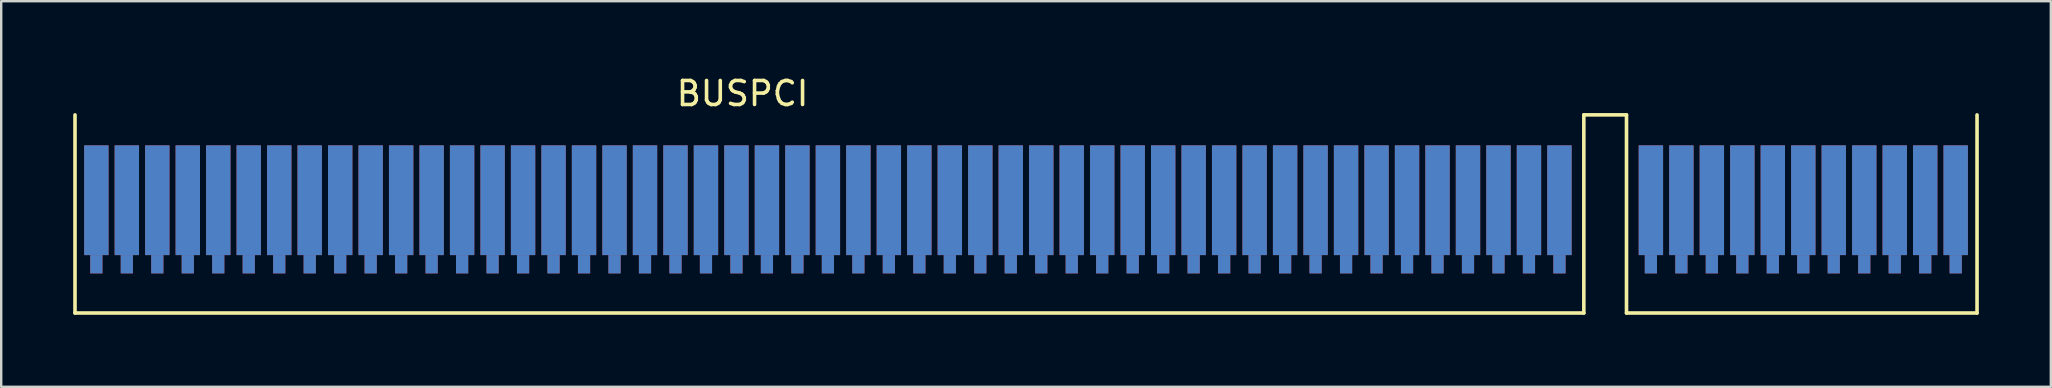
<source format=kicad_pcb>
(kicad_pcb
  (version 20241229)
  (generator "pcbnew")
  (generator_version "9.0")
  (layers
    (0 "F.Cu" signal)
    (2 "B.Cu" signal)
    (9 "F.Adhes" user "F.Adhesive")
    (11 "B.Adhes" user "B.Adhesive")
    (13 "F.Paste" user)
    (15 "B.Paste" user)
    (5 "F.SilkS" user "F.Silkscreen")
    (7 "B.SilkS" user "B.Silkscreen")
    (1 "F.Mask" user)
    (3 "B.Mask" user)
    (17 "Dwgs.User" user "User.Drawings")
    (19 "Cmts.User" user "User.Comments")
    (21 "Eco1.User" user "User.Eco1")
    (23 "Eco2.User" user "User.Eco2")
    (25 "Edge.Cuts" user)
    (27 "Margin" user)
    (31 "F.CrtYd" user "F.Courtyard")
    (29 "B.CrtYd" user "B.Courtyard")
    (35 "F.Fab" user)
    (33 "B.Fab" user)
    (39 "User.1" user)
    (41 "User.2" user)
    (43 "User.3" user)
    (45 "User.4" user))
  (footprint "BUSPCI"
    (layer "F.Cu")
    (at 63.829 5.547)
    (property "Reference" "BUSPCI" (at -35.941 -4.699 0) (layer "F.SilkS") (effects (font (size 1 1) (thickness 0.15))))
    (attr through_hole)
    (fp_line (start -63.754 -3.81) (end -63.754 4.445) (stroke (width 0.15) (type solid)) (layer "F.SilkS"))
    (fp_line (start -63.754 4.445) (end -0.889 4.445) (stroke (width 0.15) (type solid)) (layer "F.SilkS"))
    (fp_line (start -0.889 -3.81) (end 0.889 -3.81) (stroke (width 0.15) (type solid)) (layer "F.SilkS"))
    (fp_line (start -0.889 4.445) (end -0.889 -3.81) (stroke (width 0.15) (type solid)) (layer "F.SilkS"))
    (fp_line (start 0.889 -3.81) (end 0.889 4.445) (stroke (width 0.15) (type solid)) (layer "F.SilkS"))
    (fp_line (start 0.889 4.445) (end 15.494 4.445) (stroke (width 0.15) (type solid)) (layer "F.SilkS"))
    (fp_line (start 15.494 4.445) (end 15.494 -3.81) (stroke (width 0.15) (type solid)) (layer "F.SilkS"))
    (pad "A1" connect rect (at -62.865 -0.254) (size 1.016 4.572) (layers "B.Cu" "B.Mask"))
    (pad "A1" connect rect (at -62.865 2.413) (size 0.508 0.762) (layers "B.Cu" "B.Mask"))
    (pad "A2" connect rect (at -61.595 -0.254) (size 1.016 4.572) (layers "B.Cu" "B.Mask"))
    (pad "A2" connect rect (at -61.595 2.413) (size 0.508 0.762) (layers "B.Cu" "B.Mask"))
    (pad "A3" connect rect (at -60.325 -0.254) (size 1.016 4.572) (layers "B.Cu" "B.Mask"))
    (pad "A3" connect rect (at -60.325 2.413) (size 0.508 0.762) (layers "B.Cu" "B.Mask"))
    (pad "A4" connect rect (at -59.055 -0.254) (size 1.016 4.572) (layers "B.Cu" "B.Mask"))
    (pad "A4" connect rect (at -59.055 2.413) (size 0.508 0.762) (layers "B.Cu" "B.Mask"))
    (pad "A5" connect rect (at -57.785 -0.254) (size 1.016 4.572) (layers "B.Cu" "B.Mask"))
    (pad "A5" connect rect (at -57.785 2.413) (size 0.508 0.762) (layers "B.Cu" "B.Mask"))
    (pad "A6" connect rect (at -56.515 -0.254) (size 1.016 4.572) (layers "B.Cu" "B.Mask"))
    (pad "A6" connect rect (at -56.515 2.413) (size 0.508 0.762) (layers "B.Cu" "B.Mask"))
    (pad "A7" connect rect (at -55.245 -0.254) (size 1.016 4.572) (layers "B.Cu" "B.Mask"))
    (pad "A7" connect rect (at -55.245 2.413) (size 0.508 0.762) (layers "B.Cu" "B.Mask"))
    (pad "A8" connect rect (at -53.975 -0.254) (size 1.016 4.572) (layers "B.Cu" "B.Mask"))
    (pad "A8" connect rect (at -53.975 2.413) (size 0.508 0.762) (layers "B.Cu" "B.Mask"))
    (pad "A9" connect rect (at -52.705 -0.254) (size 1.016 4.572) (layers "B.Cu" "B.Mask"))
    (pad "A9" connect rect (at -52.705 2.413) (size 0.508 0.762) (layers "B.Cu" "B.Mask"))
    (pad "A10" connect rect (at -51.435 -0.254) (size 1.016 4.572) (layers "B.Cu" "B.Mask"))
    (pad "A10" connect rect (at -51.435 2.413) (size 0.508 0.762) (layers "B.Cu" "B.Mask"))
    (pad "A11" connect rect (at -50.165 -0.254) (size 1.016 4.572) (layers "B.Cu" "B.Mask"))
    (pad "A11" connect rect (at -50.165 2.413) (size 0.508 0.762) (layers "B.Cu" "B.Mask"))
    (pad "A12" connect rect (at -48.895 -0.254) (size 1.016 4.572) (layers "B.Cu" "B.Mask"))
    (pad "A12" connect rect (at -48.895 2.413) (size 0.508 0.762) (layers "B.Cu" "B.Mask"))
    (pad "A13" connect rect (at -47.625 -0.254) (size 1.016 4.572) (layers "B.Cu" "B.Mask"))
    (pad "A13" connect rect (at -47.625 2.413) (size 0.508 0.762) (layers "B.Cu" "B.Mask"))
    (pad "A14" connect rect (at -46.355 -0.254) (size 1.016 4.572) (layers "B.Cu" "B.Mask"))
    (pad "A14" connect rect (at -46.355 2.413) (size 0.508 0.762) (layers "B.Cu" "B.Mask"))
    (pad "A15" connect rect (at -45.085 -0.254) (size 1.016 4.572) (layers "B.Cu" "B.Mask"))
    (pad "A15" connect rect (at -45.085 2.413) (size 0.508 0.762) (layers "B.Cu" "B.Mask"))
    (pad "A16" connect rect (at -43.815 -0.254) (size 1.016 4.572) (layers "B.Cu" "B.Mask"))
    (pad "A16" connect rect (at -43.815 2.413) (size 0.508 0.762) (layers "B.Cu" "B.Mask"))
    (pad "A17" connect rect (at -42.545 -0.254) (size 1.016 4.572) (layers "B.Cu" "B.Mask"))
    (pad "A17" connect rect (at -42.545 2.413) (size 0.508 0.762) (layers "B.Cu" "B.Mask"))
    (pad "A18" connect rect (at -41.275 -0.254) (size 1.016 4.572) (layers "B.Cu" "B.Mask"))
    (pad "A18" connect rect (at -41.275 2.413) (size 0.508 0.762) (layers "B.Cu" "B.Mask"))
    (pad "A19" connect rect (at -40.005 -0.254) (size 1.016 4.572) (layers "B.Cu" "B.Mask"))
    (pad "A19" connect rect (at -40.005 2.413) (size 0.508 0.762) (layers "B.Cu" "B.Mask"))
    (pad "A20" connect rect (at -38.735 -0.254) (size 1.016 4.572) (layers "B.Cu" "B.Mask"))
    (pad "A20" connect rect (at -38.735 2.413) (size 0.508 0.762) (layers "B.Cu" "B.Mask"))
    (pad "A21" connect rect (at -37.465 -0.254) (size 1.016 4.572) (layers "B.Cu" "B.Mask"))
    (pad "A21" connect rect (at -37.465 2.413) (size 0.508 0.762) (layers "B.Cu" "B.Mask"))
    (pad "A22" connect rect (at -36.195 -0.254) (size 1.016 4.572) (layers "B.Cu" "B.Mask"))
    (pad "A22" connect rect (at -36.195 2.413) (size 0.508 0.762) (layers "B.Cu" "B.Mask"))
    (pad "A23" connect rect (at -34.925 -0.254) (size 1.016 4.572) (layers "B.Cu" "B.Mask"))
    (pad "A23" connect rect (at -34.925 2.413) (size 0.508 0.762) (layers "B.Cu" "B.Mask"))
    (pad "A24" connect rect (at -33.655 -0.254) (size 1.016 4.572) (layers "B.Cu" "B.Mask"))
    (pad "A24" connect rect (at -33.655 2.413) (size 0.508 0.762) (layers "B.Cu" "B.Mask"))
    (pad "A25" connect rect (at -32.385 -0.254) (size 1.016 4.572) (layers "B.Cu" "B.Mask"))
    (pad "A25" connect rect (at -32.385 2.413) (size 0.508 0.762) (layers "B.Cu" "B.Mask"))
    (pad "A26" connect rect (at -31.115 -0.254) (size 1.016 4.572) (layers "B.Cu" "B.Mask"))
    (pad "A26" connect rect (at -31.115 2.413) (size 0.508 0.762) (layers "B.Cu" "B.Mask"))
    (pad "A27" connect rect (at -29.845 -0.254) (size 1.016 4.572) (layers "B.Cu" "B.Mask"))
    (pad "A27" connect rect (at -29.845 2.413) (size 0.508 0.762) (layers "B.Cu" "B.Mask"))
    (pad "A28" connect rect (at -28.575 -0.254) (size 1.016 4.572) (layers "B.Cu" "B.Mask"))
    (pad "A28" connect rect (at -28.575 2.413) (size 0.508 0.762) (layers "B.Cu" "B.Mask"))
    (pad "A29" connect rect (at -27.305 -0.254) (size 1.016 4.572) (layers "B.Cu" "B.Mask"))
    (pad "A29" connect rect (at -27.305 2.413) (size 0.508 0.762) (layers "B.Cu" "B.Mask"))
    (pad "A30" connect rect (at -26.035 -0.254) (size 1.016 4.572) (layers "B.Cu" "B.Mask"))
    (pad "A30" connect rect (at -26.035 2.413) (size 0.508 0.762) (layers "B.Cu" "B.Mask"))
    (pad "A31" connect rect (at -24.765 -0.254) (size 1.016 4.572) (layers "B.Cu" "B.Mask"))
    (pad "A31" connect rect (at -24.765 2.413) (size 0.508 0.762) (layers "B.Cu" "B.Mask"))
    (pad "A32" connect rect (at -23.495 -0.254) (size 1.016 4.572) (layers "B.Cu" "B.Mask"))
    (pad "A32" connect rect (at -23.495 2.413) (size 0.508 0.762) (layers "B.Cu" "B.Mask"))
    (pad "A33" connect rect (at -22.225 -0.254) (size 1.016 4.572) (layers "B.Cu" "B.Mask"))
    (pad "A33" connect rect (at -22.225 2.413) (size 0.508 0.762) (layers "B.Cu" "B.Mask"))
    (pad "A34" connect rect (at -20.955 -0.254) (size 1.016 4.572) (layers "B.Cu" "B.Mask"))
    (pad "A34" connect rect (at -20.955 2.413) (size 0.508 0.762) (layers "B.Cu" "B.Mask"))
    (pad "A35" connect rect (at -19.685 -0.254) (size 1.016 4.572) (layers "B.Cu" "B.Mask"))
    (pad "A35" connect rect (at -19.685 2.413) (size 0.508 0.762) (layers "B.Cu" "B.Mask"))
    (pad "A36" connect rect (at -18.415 -0.254) (size 1.016 4.572) (layers "B.Cu" "B.Mask"))
    (pad "A36" connect rect (at -18.415 2.413) (size 0.508 0.762) (layers "B.Cu" "B.Mask"))
    (pad "A37" connect rect (at -17.145 -0.254) (size 1.016 4.572) (layers "B.Cu" "B.Mask"))
    (pad "A37" connect rect (at -17.145 2.413) (size 0.508 0.762) (layers "B.Cu" "B.Mask"))
    (pad "A38" connect rect (at -15.875 -0.254) (size 1.016 4.572) (layers "B.Cu" "B.Mask"))
    (pad "A38" connect rect (at -15.875 2.413) (size 0.508 0.762) (layers "B.Cu" "B.Mask"))
    (pad "A39" connect rect (at -14.605 -0.254) (size 1.016 4.572) (layers "B.Cu" "B.Mask"))
    (pad "A39" connect rect (at -14.605 2.413) (size 0.508 0.762) (layers "B.Cu" "B.Mask"))
    (pad "A40" connect rect (at -13.335 -0.254) (size 1.016 4.572) (layers "B.Cu" "B.Mask"))
    (pad "A40" connect rect (at -13.335 2.413) (size 0.508 0.762) (layers "B.Cu" "B.Mask"))
    (pad "A41" connect rect (at -12.065 -0.254) (size 1.016 4.572) (layers "B.Cu" "B.Mask"))
    (pad "A41" connect rect (at -12.065 2.413) (size 0.508 0.762) (layers "B.Cu" "B.Mask"))
    (pad "A42" connect rect (at -10.795 -0.254) (size 1.016 4.572) (layers "B.Cu" "B.Mask"))
    (pad "A42" connect rect (at -10.795 2.413) (size 0.508 0.762) (layers "B.Cu" "B.Mask"))
    (pad "A43" connect rect (at -9.525 -0.254) (size 1.016 4.572) (layers "B.Cu" "B.Mask"))
    (pad "A43" connect rect (at -9.525 2.413) (size 0.508 0.762) (layers "B.Cu" "B.Mask"))
    (pad "A44" connect rect (at -8.255 -0.254) (size 1.016 4.572) (layers "B.Cu" "B.Mask"))
    (pad "A44" connect rect (at -8.255 2.413) (size 0.508 0.762) (layers "B.Cu" "B.Mask"))
    (pad "A45" connect rect (at -6.985 -0.254) (size 1.016 4.572) (layers "B.Cu" "B.Mask"))
    (pad "A45" connect rect (at -6.985 2.413) (size 0.508 0.762) (layers "B.Cu" "B.Mask"))
    (pad "A46" connect rect (at -5.715 -0.254) (size 1.016 4.572) (layers "B.Cu" "B.Mask"))
    (pad "A46" connect rect (at -5.715 2.413) (size 0.508 0.762) (layers "B.Cu" "B.Mask"))
    (pad "A47" connect rect (at -4.445 -0.254) (size 1.016 4.572) (layers "B.Cu" "B.Mask"))
    (pad "A47" connect rect (at -4.445 2.413) (size 0.508 0.762) (layers "B.Cu" "B.Mask"))
    (pad "A48" connect rect (at -3.175 -0.254) (size 1.016 4.572) (layers "B.Cu" "B.Mask"))
    (pad "A48" connect rect (at -3.175 2.413) (size 0.508 0.762) (layers "B.Cu" "B.Mask"))
    (pad "A49" connect rect (at -1.905 -0.254) (size 1.016 4.572) (layers "B.Cu" "B.Mask"))
    (pad "A49" connect rect (at -1.905 2.413) (size 0.508 0.762) (layers "B.Cu" "B.Mask"))
    (pad "A52" connect rect (at 1.905 -0.254) (size 1.016 4.572) (layers "B.Cu" "B.Mask"))
    (pad "A52" connect rect (at 1.905 2.413) (size 0.508 0.762) (layers "B.Cu" "B.Mask"))
    (pad "A53" connect rect (at 3.175 -0.254) (size 1.016 4.572) (layers "B.Cu" "B.Mask"))
    (pad "A53" connect rect (at 3.175 2.413) (size 0.508 0.762) (layers "B.Cu" "B.Mask"))
    (pad "A54" connect rect (at 4.445 -0.254) (size 1.016 4.572) (layers "B.Cu" "B.Mask"))
    (pad "A54" connect rect (at 4.445 2.413) (size 0.508 0.762) (layers "B.Cu" "B.Mask"))
    (pad "A55" connect rect (at 5.715 -0.254) (size 1.016 4.572) (layers "B.Cu" "B.Mask"))
    (pad "A55" connect rect (at 5.715 2.413) (size 0.508 0.762) (layers "B.Cu" "B.Mask"))
    (pad "A56" connect rect (at 6.985 -0.254) (size 1.016 4.572) (layers "B.Cu" "B.Mask"))
    (pad "A56" connect rect (at 6.985 2.413) (size 0.508 0.762) (layers "B.Cu" "B.Mask"))
    (pad "A57" connect rect (at 8.255 -0.254) (size 1.016 4.572) (layers "B.Cu" "B.Mask"))
    (pad "A57" connect rect (at 8.255 2.413) (size 0.508 0.762) (layers "B.Cu" "B.Mask"))
    (pad "A58" connect rect (at 9.525 -0.254) (size 1.016 4.572) (layers "B.Cu" "B.Mask"))
    (pad "A58" connect rect (at 9.525 2.413) (size 0.508 0.762) (layers "B.Cu" "B.Mask"))
    (pad "A59" connect rect (at 10.795 -0.254) (size 1.016 4.572) (layers "B.Cu" "B.Mask"))
    (pad "A59" connect rect (at 10.795 2.413) (size 0.508 0.762) (layers "B.Cu" "B.Mask"))
    (pad "A60" connect rect (at 12.065 -0.254) (size 1.016 4.572) (layers "B.Cu" "B.Mask"))
    (pad "A60" connect rect (at 12.065 2.413) (size 0.508 0.762) (layers "B.Cu" "B.Mask"))
    (pad "A61" connect rect (at 13.335 -0.254) (size 1.016 4.572) (layers "B.Cu" "B.Mask"))
    (pad "A61" connect rect (at 13.335 2.413) (size 0.508 0.762) (layers "B.Cu" "B.Mask"))
    (pad "A62" connect rect (at 14.605 -0.254) (size 1.016 4.572) (layers "B.Cu" "B.Mask"))
    (pad "A62" connect rect (at 14.605 2.413) (size 0.508 0.762) (layers "B.Cu" "B.Mask"))
    (pad "B1" connect rect (at -62.865 -0.254) (size 1.016 4.572) (layers "F.Cu" "F.Mask"))
    (pad "B1" connect rect (at -62.865 2.413) (size 0.508 0.762) (layers "F.Cu" "F.Mask"))
    (pad "B2" connect rect (at -61.595 -0.254) (size 1.016 4.572) (layers "F.Cu" "F.Mask"))
    (pad "B2" connect rect (at -61.595 2.413) (size 0.508 0.762) (layers "F.Cu" "F.Mask"))
    (pad "B3" connect rect (at -60.325 -0.254) (size 1.016 4.572) (layers "F.Cu" "F.Mask"))
    (pad "B3" connect rect (at -60.325 2.413) (size 0.508 0.762) (layers "F.Cu" "F.Mask"))
    (pad "B4" connect rect (at -59.055 -0.254) (size 1.016 4.572) (layers "F.Cu" "F.Mask"))
    (pad "B4" connect rect (at -59.055 2.413) (size 0.508 0.762) (layers "F.Cu" "F.Mask"))
    (pad "B5" connect rect (at -57.785 -0.254) (size 1.016 4.572) (layers "F.Cu" "F.Mask"))
    (pad "B5" connect rect (at -57.785 2.413) (size 0.508 0.762) (layers "F.Cu" "F.Mask"))
    (pad "B6" connect rect (at -56.515 -0.254) (size 1.016 4.572) (layers "F.Cu" "F.Mask"))
    (pad "B6" connect rect (at -56.515 2.413) (size 0.508 0.762) (layers "F.Cu" "F.Mask"))
    (pad "B7" connect rect (at -55.245 -0.254) (size 1.016 4.572) (layers "F.Cu" "F.Mask"))
    (pad "B7" connect rect (at -55.245 2.413) (size 0.508 0.762) (layers "F.Cu" "F.Mask"))
    (pad "B8" connect rect (at -53.975 -0.254) (size 1.016 4.572) (layers "F.Cu" "F.Mask"))
    (pad "B8" connect rect (at -53.975 2.413) (size 0.508 0.762) (layers "F.Cu" "F.Mask"))
    (pad "B9" connect rect (at -52.705 -0.254) (size 1.016 4.572) (layers "F.Cu" "F.Mask"))
    (pad "B9" connect rect (at -52.705 2.413) (size 0.508 0.762) (layers "F.Cu" "F.Mask"))
    (pad "B10" connect rect (at -51.435 -0.254) (size 1.016 4.572) (layers "F.Cu" "F.Mask"))
    (pad "B10" connect rect (at -51.435 2.413) (size 0.508 0.762) (layers "F.Cu" "F.Mask"))
    (pad "B11" connect rect (at -50.165 -0.254) (size 1.016 4.572) (layers "F.Cu" "F.Mask"))
    (pad "B11" connect rect (at -50.165 2.413) (size 0.508 0.762) (layers "F.Cu" "F.Mask"))
    (pad "B12" connect rect (at -48.895 -0.254) (size 1.016 4.572) (layers "F.Cu" "F.Mask"))
    (pad "B12" connect rect (at -48.895 2.413) (size 0.508 0.762) (layers "F.Cu" "F.Mask"))
    (pad "B13" connect rect (at -47.625 -0.254) (size 1.016 4.572) (layers "F.Cu" "F.Mask"))
    (pad "B13" connect rect (at -47.625 2.413) (size 0.508 0.762) (layers "F.Cu" "F.Mask"))
    (pad "B14" connect rect (at -46.355 -0.254) (size 1.016 4.572) (layers "F.Cu" "F.Mask"))
    (pad "B14" connect rect (at -46.355 2.413) (size 0.508 0.762) (layers "F.Cu" "F.Mask"))
    (pad "B15" connect rect (at -45.085 -0.254) (size 1.016 4.572) (layers "F.Cu" "F.Mask"))
    (pad "B15" connect rect (at -45.085 2.413) (size 0.508 0.762) (layers "F.Cu" "F.Mask"))
    (pad "B16" connect rect (at -43.815 -0.254) (size 1.016 4.572) (layers "F.Cu" "F.Mask"))
    (pad "B16" connect rect (at -43.815 2.413) (size 0.508 0.762) (layers "F.Cu" "F.Mask"))
    (pad "B17" connect rect (at -42.545 -0.254) (size 1.016 4.572) (layers "F.Cu" "F.Mask"))
    (pad "B17" connect rect (at -42.545 2.413) (size 0.508 0.762) (layers "F.Cu" "F.Mask"))
    (pad "B18" connect rect (at -41.275 -0.254) (size 1.016 4.572) (layers "F.Cu" "F.Mask"))
    (pad "B18" connect rect (at -41.275 2.413) (size 0.508 0.762) (layers "F.Cu" "F.Mask"))
    (pad "B19" connect rect (at -40.005 -0.254) (size 1.016 4.572) (layers "F.Cu" "F.Mask"))
    (pad "B19" connect rect (at -40.005 2.413) (size 0.508 0.762) (layers "F.Cu" "F.Mask"))
    (pad "B20" connect rect (at -38.735 -0.254) (size 1.016 4.572) (layers "F.Cu" "F.Mask"))
    (pad "B20" connect rect (at -38.735 2.413) (size 0.508 0.762) (layers "F.Cu" "F.Mask"))
    (pad "B21" connect rect (at -37.465 -0.254) (size 1.016 4.572) (layers "F.Cu" "F.Mask"))
    (pad "B21" connect rect (at -37.465 2.413) (size 0.508 0.762) (layers "F.Cu" "F.Mask"))
    (pad "B22" connect rect (at -36.195 -0.254) (size 1.016 4.572) (layers "F.Cu" "F.Mask"))
    (pad "B22" connect rect (at -36.195 2.413) (size 0.508 0.762) (layers "F.Cu" "F.Mask"))
    (pad "B23" connect rect (at -34.925 -0.254) (size 1.016 4.572) (layers "F.Cu" "F.Mask"))
    (pad "B23" connect rect (at -34.925 2.413) (size 0.508 0.762) (layers "F.Cu" "F.Mask"))
    (pad "B24" connect rect (at -33.655 -0.254) (size 1.016 4.572) (layers "F.Cu" "F.Mask"))
    (pad "B24" connect rect (at -33.655 2.413) (size 0.508 0.762) (layers "F.Cu" "F.Mask"))
    (pad "B25" connect rect (at -32.385 -0.254) (size 1.016 4.572) (layers "F.Cu" "F.Mask"))
    (pad "B25" connect rect (at -32.385 2.413) (size 0.508 0.762) (layers "F.Cu" "F.Mask"))
    (pad "B26" connect rect (at -31.115 -0.254) (size 1.016 4.572) (layers "F.Cu" "F.Mask"))
    (pad "B26" connect rect (at -31.115 2.413) (size 0.508 0.762) (layers "F.Cu" "F.Mask"))
    (pad "B27" connect rect (at -29.845 -0.254) (size 1.016 4.572) (layers "F.Cu" "F.Mask"))
    (pad "B27" connect rect (at -29.845 2.413) (size 0.508 0.762) (layers "F.Cu" "F.Mask"))
    (pad "B28" connect rect (at -28.575 -0.254) (size 1.016 4.572) (layers "F.Cu" "F.Mask"))
    (pad "B28" connect rect (at -28.575 2.413) (size 0.508 0.762) (layers "F.Cu" "F.Mask"))
    (pad "B29" connect rect (at -27.305 -0.254) (size 1.016 4.572) (layers "F.Cu" "F.Mask"))
    (pad "B29" connect rect (at -27.305 2.413) (size 0.508 0.762) (layers "F.Cu" "F.Mask"))
    (pad "B30" connect rect (at -26.035 -0.254) (size 1.016 4.572) (layers "F.Cu" "F.Mask"))
    (pad "B30" connect rect (at -26.035 2.413) (size 0.508 0.762) (layers "F.Cu" "F.Mask"))
    (pad "B31" connect rect (at -24.765 -0.254) (size 1.016 4.572) (layers "F.Cu" "F.Mask"))
    (pad "B31" connect rect (at -24.765 2.413) (size 0.508 0.762) (layers "F.Cu" "F.Mask"))
    (pad "B32" connect rect (at -23.495 -0.254) (size 1.016 4.572) (layers "F.Cu" "F.Mask"))
    (pad "B32" connect rect (at -23.495 2.413) (size 0.508 0.762) (layers "F.Cu" "F.Mask"))
    (pad "B33" connect rect (at -22.225 -0.254) (size 1.016 4.572) (layers "F.Cu" "F.Mask"))
    (pad "B33" connect rect (at -22.225 2.413) (size 0.508 0.762) (layers "F.Cu" "F.Mask"))
    (pad "B34" connect rect (at -20.955 -0.254) (size 1.016 4.572) (layers "F.Cu" "F.Mask"))
    (pad "B34" connect rect (at -20.955 2.413) (size 0.508 0.762) (layers "F.Cu" "F.Mask"))
    (pad "B35" connect rect (at -19.685 -0.254) (size 1.016 4.572) (layers "F.Cu" "F.Mask"))
    (pad "B35" connect rect (at -19.685 2.413) (size 0.508 0.762) (layers "F.Cu" "F.Mask"))
    (pad "B36" connect rect (at -18.415 -0.254) (size 1.016 4.572) (layers "F.Cu" "F.Mask"))
    (pad "B36" connect rect (at -18.415 2.413) (size 0.508 0.762) (layers "F.Cu" "F.Mask"))
    (pad "B37" connect rect (at -17.145 -0.254) (size 1.016 4.572) (layers "F.Cu" "F.Mask"))
    (pad "B37" connect rect (at -17.145 2.413) (size 0.508 0.762) (layers "F.Cu" "F.Mask"))
    (pad "B38" connect rect (at -15.875 -0.254) (size 1.016 4.572) (layers "F.Cu" "F.Mask"))
    (pad "B38" connect rect (at -15.875 2.413) (size 0.508 0.762) (layers "F.Cu" "F.Mask"))
    (pad "B39" connect rect (at -14.605 -0.254) (size 1.016 4.572) (layers "F.Cu" "F.Mask"))
    (pad "B39" connect rect (at -14.605 2.413) (size 0.508 0.762) (layers "F.Cu" "F.Mask"))
    (pad "B40" connect rect (at -13.335 -0.254) (size 1.016 4.572) (layers "F.Cu" "F.Mask"))
    (pad "B40" connect rect (at -13.335 2.413) (size 0.508 0.762) (layers "F.Cu" "F.Mask"))
    (pad "B41" connect rect (at -12.065 -0.254) (size 1.016 4.572) (layers "F.Cu" "F.Mask"))
    (pad "B41" connect rect (at -12.065 2.413) (size 0.508 0.762) (layers "F.Cu" "F.Mask"))
    (pad "B42" connect rect (at -10.795 -0.254) (size 1.016 4.572) (layers "F.Cu" "F.Mask"))
    (pad "B42" connect rect (at -10.795 2.413) (size 0.508 0.762) (layers "F.Cu" "F.Mask"))
    (pad "B43" connect rect (at -9.525 -0.254) (size 1.016 4.572) (layers "F.Cu" "F.Mask"))
    (pad "B43" connect rect (at -9.525 2.413) (size 0.508 0.762) (layers "F.Cu" "F.Mask"))
    (pad "B44" connect rect (at -8.255 -0.254) (size 1.016 4.572) (layers "F.Cu" "F.Mask"))
    (pad "B44" connect rect (at -8.255 2.413) (size 0.508 0.762) (layers "F.Cu" "F.Mask"))
    (pad "B45" connect rect (at -6.985 -0.254) (size 1.016 4.572) (layers "F.Cu" "F.Mask"))
    (pad "B45" connect rect (at -6.985 2.413) (size 0.508 0.762) (layers "F.Cu" "F.Mask"))
    (pad "B46" connect rect (at -5.715 -0.254) (size 1.016 4.572) (layers "F.Cu" "F.Mask"))
    (pad "B46" connect rect (at -5.715 2.413) (size 0.508 0.762) (layers "F.Cu" "F.Mask"))
    (pad "B47" connect rect (at -4.445 -0.254) (size 1.016 4.572) (layers "F.Cu" "F.Mask"))
    (pad "B47" connect rect (at -4.445 2.413) (size 0.508 0.762) (layers "F.Cu" "F.Mask"))
    (pad "B48" connect rect (at -3.175 -0.254) (size 1.016 4.572) (layers "F.Cu" "F.Mask"))
    (pad "B48" connect rect (at -3.175 2.413) (size 0.508 0.762) (layers "F.Cu" "F.Mask"))
    (pad "B49" connect rect (at -1.905 -0.254) (size 1.016 4.572) (layers "F.Cu" "F.Mask"))
    (pad "B49" connect rect (at -1.905 2.413) (size 0.508 0.762) (layers "F.Cu" "F.Mask"))
    (pad "B52" connect rect (at 1.905 -0.254) (size 1.016 4.572) (layers "F.Cu" "F.Mask"))
    (pad "B52" connect rect (at 1.905 2.413) (size 0.508 0.762) (layers "F.Cu" "F.Mask"))
    (pad "B53" connect rect (at 3.175 -0.254) (size 1.016 4.572) (layers "F.Cu" "F.Mask"))
    (pad "B53" connect rect (at 3.175 2.413) (size 0.508 0.762) (layers "F.Cu" "F.Mask"))
    (pad "B54" connect rect (at 4.445 -0.254) (size 1.016 4.572) (layers "F.Cu" "F.Mask"))
    (pad "B54" connect rect (at 4.445 2.413) (size 0.508 0.762) (layers "F.Cu" "F.Mask"))
    (pad "B55" connect rect (at 5.715 -0.254) (size 1.016 4.572) (layers "F.Cu" "F.Mask"))
    (pad "B55" connect rect (at 5.715 2.413) (size 0.508 0.762) (layers "F.Cu" "F.Mask"))
    (pad "B56" connect rect (at 6.985 -0.254) (size 1.016 4.572) (layers "F.Cu" "F.Mask"))
    (pad "B56" connect rect (at 6.985 2.413) (size 0.508 0.762) (layers "F.Cu" "F.Mask"))
    (pad "B57" connect rect (at 8.255 -0.254) (size 1.016 4.572) (layers "F.Cu" "F.Mask"))
    (pad "B57" connect rect (at 8.255 2.413) (size 0.508 0.762) (layers "F.Cu" "F.Mask"))
    (pad "B58" connect rect (at 9.525 -0.254) (size 1.016 4.572) (layers "F.Cu" "F.Mask"))
    (pad "B58" connect rect (at 9.525 2.413) (size 0.508 0.762) (layers "F.Cu" "F.Mask"))
    (pad "B59" connect rect (at 10.795 -0.254) (size 1.016 4.572) (layers "F.Cu" "F.Mask"))
    (pad "B59" connect rect (at 10.795 2.413) (size 0.508 0.762) (layers "F.Cu" "F.Mask"))
    (pad "B60" connect rect (at 12.065 -0.254) (size 1.016 4.572) (layers "F.Cu" "F.Mask"))
    (pad "B60" connect rect (at 12.065 2.413) (size 0.508 0.762) (layers "F.Cu" "F.Mask"))
    (pad "B61" connect rect (at 13.335 -0.254) (size 1.016 4.572) (layers "F.Cu" "F.Mask"))
    (pad "B61" connect rect (at 13.335 2.413) (size 0.508 0.762) (layers "F.Cu" "F.Mask"))
    (pad "B62" connect rect (at 14.605 -0.254) (size 1.016 4.572) (layers "F.Cu" "F.Mask"))
    (pad "B62" connect rect (at 14.605 2.413) (size 0.508 0.762) (layers "F.Cu" "F.Mask")))
  (gr_rect
    (start -3 -3)
    (end 82.398 13.067)
    (stroke (width 0.1) (type default))
    (fill no)
    (layer "Edge.Cuts")))
</source>
